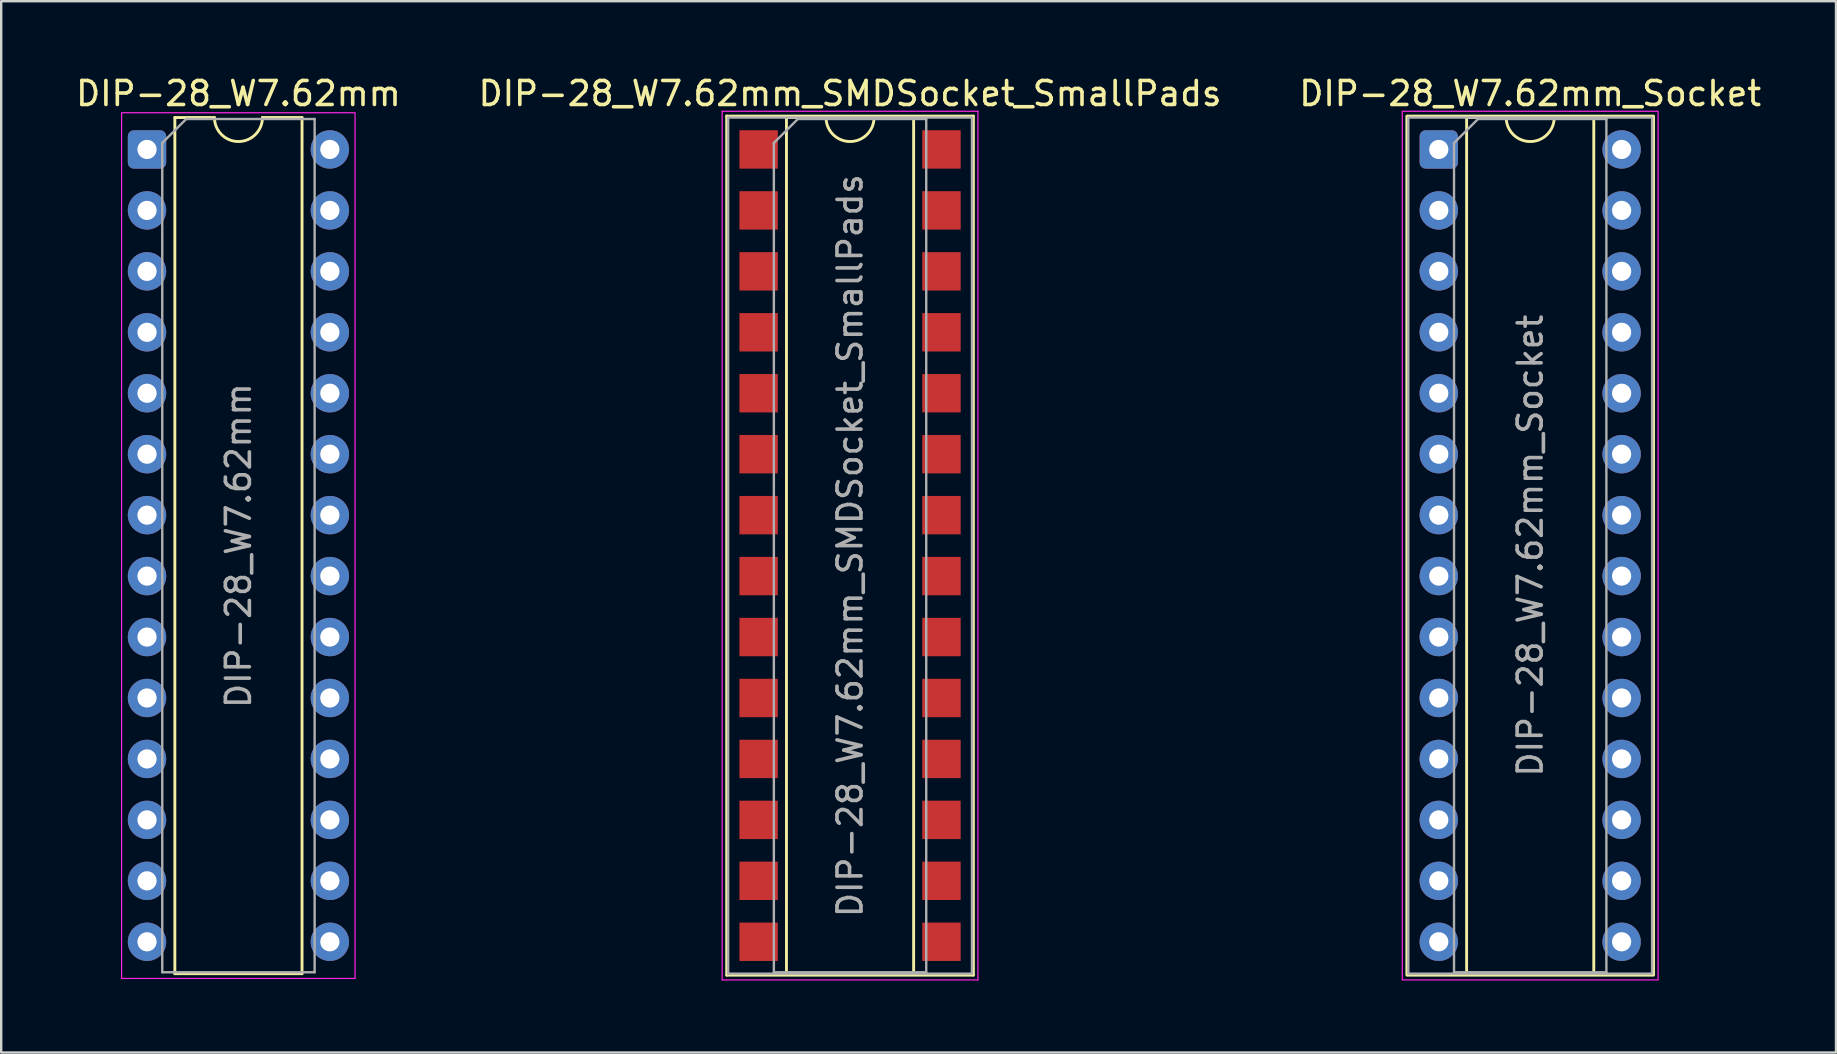
<source format=kicad_pcb>
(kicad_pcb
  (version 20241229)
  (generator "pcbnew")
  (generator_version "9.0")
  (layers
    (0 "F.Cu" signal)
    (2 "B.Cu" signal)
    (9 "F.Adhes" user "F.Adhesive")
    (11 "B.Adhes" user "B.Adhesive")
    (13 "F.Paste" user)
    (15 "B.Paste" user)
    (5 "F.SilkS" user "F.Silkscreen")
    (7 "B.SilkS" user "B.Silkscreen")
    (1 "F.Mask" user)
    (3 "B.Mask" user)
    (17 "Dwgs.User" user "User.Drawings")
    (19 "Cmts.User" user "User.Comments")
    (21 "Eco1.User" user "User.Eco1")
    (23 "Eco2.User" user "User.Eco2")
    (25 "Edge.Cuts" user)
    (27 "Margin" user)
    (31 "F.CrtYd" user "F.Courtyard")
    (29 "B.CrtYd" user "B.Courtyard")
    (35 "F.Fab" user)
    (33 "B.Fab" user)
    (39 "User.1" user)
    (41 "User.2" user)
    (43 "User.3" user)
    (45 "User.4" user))
  (footprint "DIP-28_W7.62mm"
    (layer "F.Cu")
    (at 3.077 3.178)
    (property "Reference" "DIP-28_W7.62mm" (at 3.81 -2.33 0) (layer "F.SilkS") (effects (font (size 1 1) (thickness 0.15))))
    (attr through_hole)
    (fp_line (start 1.16 -1.33) (end 1.16 34.35) (stroke (width 0.12) (type solid)) (layer "F.SilkS"))
    (fp_line (start 1.16 34.35) (end 6.46 34.35) (stroke (width 0.12) (type solid)) (layer "F.SilkS"))
    (fp_line (start 2.81 -1.33) (end 1.16 -1.33) (stroke (width 0.12) (type solid)) (layer "F.SilkS"))
    (fp_line (start 6.46 -1.33) (end 4.81 -1.33) (stroke (width 0.12) (type solid)) (layer "F.SilkS"))
    (fp_line (start 6.46 34.35) (end 6.46 -1.33) (stroke (width 0.12) (type solid)) (layer "F.SilkS"))
    (fp_arc (start 4.81 -1.33) (mid 3.81 -0.33) (end 2.81 -1.33) (stroke (width 0.12) (type solid)) (layer "F.SilkS"))
    (fp_rect (start -1.06 -1.53) (end 8.67 34.55) (stroke (width 0.05) (type solid)) (fill no) (layer "F.CrtYd"))
    (fp_line (start 0.635 -0.27) (end 1.635 -1.27) (stroke (width 0.1) (type solid)) (layer "F.Fab"))
    (fp_line (start 0.635 34.29) (end 0.635 -0.27) (stroke (width 0.1) (type solid)) (layer "F.Fab"))
    (fp_line (start 1.635 -1.27) (end 6.985 -1.27) (stroke (width 0.1) (type solid)) (layer "F.Fab"))
    (fp_line (start 6.985 -1.27) (end 6.985 34.29) (stroke (width 0.1) (type solid)) (layer "F.Fab"))
    (fp_line (start 6.985 34.29) (end 0.635 34.29) (stroke (width 0.1) (type solid)) (layer "F.Fab"))
    (fp_text user "${REFERENCE}" (at 3.81 16.51 90) (layer "F.Fab") (effects (font (size 1 1) (thickness 0.15))))
    (pad "1" thru_hole roundrect (at 0 0) (size 1.6 1.6) (drill 0.8) (layers "*.Cu" "*.Mask") (roundrect_rratio 0.156))
    (pad "2" thru_hole circle (at 0 2.54) (size 1.6 1.6) (drill 0.8) (layers "*.Cu" "*.Mask"))
    (pad "3" thru_hole circle (at 0 5.08) (size 1.6 1.6) (drill 0.8) (layers "*.Cu" "*.Mask"))
    (pad "4" thru_hole circle (at 0 7.62) (size 1.6 1.6) (drill 0.8) (layers "*.Cu" "*.Mask"))
    (pad "5" thru_hole circle (at 0 10.16) (size 1.6 1.6) (drill 0.8) (layers "*.Cu" "*.Mask"))
    (pad "6" thru_hole circle (at 0 12.7) (size 1.6 1.6) (drill 0.8) (layers "*.Cu" "*.Mask"))
    (pad "7" thru_hole circle (at 0 15.24) (size 1.6 1.6) (drill 0.8) (layers "*.Cu" "*.Mask"))
    (pad "8" thru_hole circle (at 0 17.78) (size 1.6 1.6) (drill 0.8) (layers "*.Cu" "*.Mask"))
    (pad "9" thru_hole circle (at 0 20.32) (size 1.6 1.6) (drill 0.8) (layers "*.Cu" "*.Mask"))
    (pad "10" thru_hole circle (at 0 22.86) (size 1.6 1.6) (drill 0.8) (layers "*.Cu" "*.Mask"))
    (pad "11" thru_hole circle (at 0 25.4) (size 1.6 1.6) (drill 0.8) (layers "*.Cu" "*.Mask"))
    (pad "12" thru_hole circle (at 0 27.94) (size 1.6 1.6) (drill 0.8) (layers "*.Cu" "*.Mask"))
    (pad "13" thru_hole circle (at 0 30.48) (size 1.6 1.6) (drill 0.8) (layers "*.Cu" "*.Mask"))
    (pad "14" thru_hole circle (at 0 33.02) (size 1.6 1.6) (drill 0.8) (layers "*.Cu" "*.Mask"))
    (pad "15" thru_hole circle (at 7.62 33.02) (size 1.6 1.6) (drill 0.8) (layers "*.Cu" "*.Mask"))
    (pad "16" thru_hole circle (at 7.62 30.48) (size 1.6 1.6) (drill 0.8) (layers "*.Cu" "*.Mask"))
    (pad "17" thru_hole circle (at 7.62 27.94) (size 1.6 1.6) (drill 0.8) (layers "*.Cu" "*.Mask"))
    (pad "18" thru_hole circle (at 7.62 25.4) (size 1.6 1.6) (drill 0.8) (layers "*.Cu" "*.Mask"))
    (pad "19" thru_hole circle (at 7.62 22.86) (size 1.6 1.6) (drill 0.8) (layers "*.Cu" "*.Mask"))
    (pad "20" thru_hole circle (at 7.62 20.32) (size 1.6 1.6) (drill 0.8) (layers "*.Cu" "*.Mask"))
    (pad "21" thru_hole circle (at 7.62 17.78) (size 1.6 1.6) (drill 0.8) (layers "*.Cu" "*.Mask"))
    (pad "22" thru_hole circle (at 7.62 15.24) (size 1.6 1.6) (drill 0.8) (layers "*.Cu" "*.Mask"))
    (pad "23" thru_hole circle (at 7.62 12.7) (size 1.6 1.6) (drill 0.8) (layers "*.Cu" "*.Mask"))
    (pad "24" thru_hole circle (at 7.62 10.16) (size 1.6 1.6) (drill 0.8) (layers "*.Cu" "*.Mask"))
    (pad "25" thru_hole circle (at 7.62 7.62) (size 1.6 1.6) (drill 0.8) (layers "*.Cu" "*.Mask"))
    (pad "26" thru_hole circle (at 7.62 5.08) (size 1.6 1.6) (drill 0.8) (layers "*.Cu" "*.Mask"))
    (pad "27" thru_hole circle (at 7.62 2.54) (size 1.6 1.6) (drill 0.8) (layers "*.Cu" "*.Mask"))
    (pad "28" thru_hole circle (at 7.62 0) (size 1.6 1.6) (drill 0.8) (layers "*.Cu" "*.Mask")))
  (footprint "DIP-28_W7.62mm_SMDSocket_SmallPads"
    (layer "F.Cu")
    (at 32.375 19.688)
    (property "Reference" "DIP-28_W7.62mm_SMDSocket_SmallPads" (at 0 -18.84 0) (layer "F.SilkS") (effects (font (size 1 1) (thickness 0.15))))
    (attr smd)
    (fp_line (start -5.14 -17.9) (end -5.14 17.9) (stroke (width 0.12) (type solid)) (layer "F.SilkS"))
    (fp_line (start -5.14 17.9) (end 5.14 17.9) (stroke (width 0.12) (type solid)) (layer "F.SilkS"))
    (fp_line (start -2.65 -17.84) (end -2.65 17.84) (stroke (width 0.12) (type solid)) (layer "F.SilkS"))
    (fp_line (start -2.65 17.84) (end 2.65 17.84) (stroke (width 0.12) (type solid)) (layer "F.SilkS"))
    (fp_line (start -1 -17.84) (end -2.65 -17.84) (stroke (width 0.12) (type solid)) (layer "F.SilkS"))
    (fp_line (start 2.65 -17.84) (end 1 -17.84) (stroke (width 0.12) (type solid)) (layer "F.SilkS"))
    (fp_line (start 2.65 17.84) (end 2.65 -17.84) (stroke (width 0.12) (type solid)) (layer "F.SilkS"))
    (fp_line (start 5.14 -17.9) (end -5.14 -17.9) (stroke (width 0.12) (type solid)) (layer "F.SilkS"))
    (fp_line (start 5.14 17.9) (end 5.14 -17.9) (stroke (width 0.12) (type solid)) (layer "F.SilkS"))
    (fp_arc (start 1 -17.84) (mid 0 -16.84) (end -1 -17.84) (stroke (width 0.12) (type solid)) (layer "F.SilkS"))
    (fp_line (start -5.33 -18.1) (end -5.33 18.1) (stroke (width 0.05) (type solid)) (layer "F.CrtYd"))
    (fp_line (start -5.33 18.1) (end 5.33 18.1) (stroke (width 0.05) (type solid)) (layer "F.CrtYd"))
    (fp_line (start 5.33 -18.1) (end -5.33 -18.1) (stroke (width 0.05) (type solid)) (layer "F.CrtYd"))
    (fp_line (start 5.33 18.1) (end 5.33 -18.1) (stroke (width 0.05) (type solid)) (layer "F.CrtYd"))
    (fp_line (start -5.08 -17.84) (end -5.08 17.84) (stroke (width 0.1) (type solid)) (layer "F.Fab"))
    (fp_line (start -5.08 17.84) (end 5.08 17.84) (stroke (width 0.1) (type solid)) (layer "F.Fab"))
    (fp_line (start -3.175 -16.78) (end -2.175 -17.78) (stroke (width 0.1) (type solid)) (layer "F.Fab"))
    (fp_line (start -3.175 17.78) (end -3.175 -16.78) (stroke (width 0.1) (type solid)) (layer "F.Fab"))
    (fp_line (start -2.175 -17.78) (end 3.175 -17.78) (stroke (width 0.1) (type solid)) (layer "F.Fab"))
    (fp_line (start 3.175 -17.78) (end 3.175 17.78) (stroke (width 0.1) (type solid)) (layer "F.Fab"))
    (fp_line (start 3.175 17.78) (end -3.175 17.78) (stroke (width 0.1) (type solid)) (layer "F.Fab"))
    (fp_line (start 5.08 -17.84) (end -5.08 -17.84) (stroke (width 0.1) (type solid)) (layer "F.Fab"))
    (fp_line (start 5.08 17.84) (end 5.08 -17.84) (stroke (width 0.1) (type solid)) (layer "F.Fab"))
    (fp_text user "${REFERENCE}" (at 0 0 90) (layer "F.Fab") (effects (font (size 1 1) (thickness 0.15))))
    (pad "1" smd rect (at -3.81 -16.51) (size 1.6 1.6) (layers "F.Cu" "F.Mask" "F.Paste"))
    (pad "2" smd rect (at -3.81 -13.97) (size 1.6 1.6) (layers "F.Cu" "F.Mask" "F.Paste"))
    (pad "3" smd rect (at -3.81 -11.43) (size 1.6 1.6) (layers "F.Cu" "F.Mask" "F.Paste"))
    (pad "4" smd rect (at -3.81 -8.89) (size 1.6 1.6) (layers "F.Cu" "F.Mask" "F.Paste"))
    (pad "5" smd rect (at -3.81 -6.35) (size 1.6 1.6) (layers "F.Cu" "F.Mask" "F.Paste"))
    (pad "6" smd rect (at -3.81 -3.81) (size 1.6 1.6) (layers "F.Cu" "F.Mask" "F.Paste"))
    (pad "7" smd rect (at -3.81 -1.27) (size 1.6 1.6) (layers "F.Cu" "F.Mask" "F.Paste"))
    (pad "8" smd rect (at -3.81 1.27) (size 1.6 1.6) (layers "F.Cu" "F.Mask" "F.Paste"))
    (pad "9" smd rect (at -3.81 3.81) (size 1.6 1.6) (layers "F.Cu" "F.Mask" "F.Paste"))
    (pad "10" smd rect (at -3.81 6.35) (size 1.6 1.6) (layers "F.Cu" "F.Mask" "F.Paste"))
    (pad "11" smd rect (at -3.81 8.89) (size 1.6 1.6) (layers "F.Cu" "F.Mask" "F.Paste"))
    (pad "12" smd rect (at -3.81 11.43) (size 1.6 1.6) (layers "F.Cu" "F.Mask" "F.Paste"))
    (pad "13" smd rect (at -3.81 13.97) (size 1.6 1.6) (layers "F.Cu" "F.Mask" "F.Paste"))
    (pad "14" smd rect (at -3.81 16.51) (size 1.6 1.6) (layers "F.Cu" "F.Mask" "F.Paste"))
    (pad "15" smd rect (at 3.81 16.51) (size 1.6 1.6) (layers "F.Cu" "F.Mask" "F.Paste"))
    (pad "16" smd rect (at 3.81 13.97) (size 1.6 1.6) (layers "F.Cu" "F.Mask" "F.Paste"))
    (pad "17" smd rect (at 3.81 11.43) (size 1.6 1.6) (layers "F.Cu" "F.Mask" "F.Paste"))
    (pad "18" smd rect (at 3.81 8.89) (size 1.6 1.6) (layers "F.Cu" "F.Mask" "F.Paste"))
    (pad "19" smd rect (at 3.81 6.35) (size 1.6 1.6) (layers "F.Cu" "F.Mask" "F.Paste"))
    (pad "20" smd rect (at 3.81 3.81) (size 1.6 1.6) (layers "F.Cu" "F.Mask" "F.Paste"))
    (pad "21" smd rect (at 3.81 1.27) (size 1.6 1.6) (layers "F.Cu" "F.Mask" "F.Paste"))
    (pad "22" smd rect (at 3.81 -1.27) (size 1.6 1.6) (layers "F.Cu" "F.Mask" "F.Paste"))
    (pad "23" smd rect (at 3.81 -3.81) (size 1.6 1.6) (layers "F.Cu" "F.Mask" "F.Paste"))
    (pad "24" smd rect (at 3.81 -6.35) (size 1.6 1.6) (layers "F.Cu" "F.Mask" "F.Paste"))
    (pad "25" smd rect (at 3.81 -8.89) (size 1.6 1.6) (layers "F.Cu" "F.Mask" "F.Paste"))
    (pad "26" smd rect (at 3.81 -11.43) (size 1.6 1.6) (layers "F.Cu" "F.Mask" "F.Paste"))
    (pad "27" smd rect (at 3.81 -13.97) (size 1.6 1.6) (layers "F.Cu" "F.Mask" "F.Paste"))
    (pad "28" smd rect (at 3.81 -16.51) (size 1.6 1.6) (layers "F.Cu" "F.Mask" "F.Paste")))
  (footprint "DIP-28_W7.62mm_Socket"
    (layer "F.Cu")
    (at 56.91 3.178)
    (property "Reference" "DIP-28_W7.62mm_Socket" (at 3.81 -2.33 0) (layer "F.SilkS") (effects (font (size 1 1) (thickness 0.15))))
    (attr through_hole)
    (fp_line (start 1.16 -1.33) (end 1.16 34.35) (stroke (width 0.12) (type solid)) (layer "F.SilkS"))
    (fp_line (start 1.16 34.35) (end 6.46 34.35) (stroke (width 0.12) (type solid)) (layer "F.SilkS"))
    (fp_line (start 2.81 -1.33) (end 1.16 -1.33) (stroke (width 0.12) (type solid)) (layer "F.SilkS"))
    (fp_line (start 6.46 -1.33) (end 4.81 -1.33) (stroke (width 0.12) (type solid)) (layer "F.SilkS"))
    (fp_line (start 6.46 34.35) (end 6.46 -1.33) (stroke (width 0.12) (type solid)) (layer "F.SilkS"))
    (fp_rect (start -1.33 -1.39) (end 8.95 34.41) (stroke (width 0.12) (type solid)) (fill no) (layer "F.SilkS"))
    (fp_arc (start 4.81 -1.33) (mid 3.81 -0.33) (end 2.81 -1.33) (stroke (width 0.12) (type solid)) (layer "F.SilkS"))
    (fp_rect (start -1.52 -1.59) (end 9.14 34.61) (stroke (width 0.05) (type solid)) (fill no) (layer "F.CrtYd"))
    (fp_line (start 0.635 -0.27) (end 1.635 -1.27) (stroke (width 0.1) (type solid)) (layer "F.Fab"))
    (fp_line (start 0.635 34.29) (end 0.635 -0.27) (stroke (width 0.1) (type solid)) (layer "F.Fab"))
    (fp_line (start 1.635 -1.27) (end 6.985 -1.27) (stroke (width 0.1) (type solid)) (layer "F.Fab"))
    (fp_line (start 6.985 -1.27) (end 6.985 34.29) (stroke (width 0.1) (type solid)) (layer "F.Fab"))
    (fp_line (start 6.985 34.29) (end 0.635 34.29) (stroke (width 0.1) (type solid)) (layer "F.Fab"))
    (fp_rect (start -1.27 -1.33) (end 8.89 34.35) (stroke (width 0.1) (type solid)) (fill no) (layer "F.Fab"))
    (fp_text user "${REFERENCE}" (at 3.81 16.51 90) (layer "F.Fab") (effects (font (size 1 1) (thickness 0.15))))
    (pad "1" thru_hole roundrect (at 0 0) (size 1.6 1.6) (drill 0.8) (layers "*.Cu" "*.Mask") (roundrect_rratio 0.156))
    (pad "2" thru_hole circle (at 0 2.54) (size 1.6 1.6) (drill 0.8) (layers "*.Cu" "*.Mask"))
    (pad "3" thru_hole circle (at 0 5.08) (size 1.6 1.6) (drill 0.8) (layers "*.Cu" "*.Mask"))
    (pad "4" thru_hole circle (at 0 7.62) (size 1.6 1.6) (drill 0.8) (layers "*.Cu" "*.Mask"))
    (pad "5" thru_hole circle (at 0 10.16) (size 1.6 1.6) (drill 0.8) (layers "*.Cu" "*.Mask"))
    (pad "6" thru_hole circle (at 0 12.7) (size 1.6 1.6) (drill 0.8) (layers "*.Cu" "*.Mask"))
    (pad "7" thru_hole circle (at 0 15.24) (size 1.6 1.6) (drill 0.8) (layers "*.Cu" "*.Mask"))
    (pad "8" thru_hole circle (at 0 17.78) (size 1.6 1.6) (drill 0.8) (layers "*.Cu" "*.Mask"))
    (pad "9" thru_hole circle (at 0 20.32) (size 1.6 1.6) (drill 0.8) (layers "*.Cu" "*.Mask"))
    (pad "10" thru_hole circle (at 0 22.86) (size 1.6 1.6) (drill 0.8) (layers "*.Cu" "*.Mask"))
    (pad "11" thru_hole circle (at 0 25.4) (size 1.6 1.6) (drill 0.8) (layers "*.Cu" "*.Mask"))
    (pad "12" thru_hole circle (at 0 27.94) (size 1.6 1.6) (drill 0.8) (layers "*.Cu" "*.Mask"))
    (pad "13" thru_hole circle (at 0 30.48) (size 1.6 1.6) (drill 0.8) (layers "*.Cu" "*.Mask"))
    (pad "14" thru_hole circle (at 0 33.02) (size 1.6 1.6) (drill 0.8) (layers "*.Cu" "*.Mask"))
    (pad "15" thru_hole circle (at 7.62 33.02) (size 1.6 1.6) (drill 0.8) (layers "*.Cu" "*.Mask"))
    (pad "16" thru_hole circle (at 7.62 30.48) (size 1.6 1.6) (drill 0.8) (layers "*.Cu" "*.Mask"))
    (pad "17" thru_hole circle (at 7.62 27.94) (size 1.6 1.6) (drill 0.8) (layers "*.Cu" "*.Mask"))
    (pad "18" thru_hole circle (at 7.62 25.4) (size 1.6 1.6) (drill 0.8) (layers "*.Cu" "*.Mask"))
    (pad "19" thru_hole circle (at 7.62 22.86) (size 1.6 1.6) (drill 0.8) (layers "*.Cu" "*.Mask"))
    (pad "20" thru_hole circle (at 7.62 20.32) (size 1.6 1.6) (drill 0.8) (layers "*.Cu" "*.Mask"))
    (pad "21" thru_hole circle (at 7.62 17.78) (size 1.6 1.6) (drill 0.8) (layers "*.Cu" "*.Mask"))
    (pad "22" thru_hole circle (at 7.62 15.24) (size 1.6 1.6) (drill 0.8) (layers "*.Cu" "*.Mask"))
    (pad "23" thru_hole circle (at 7.62 12.7) (size 1.6 1.6) (drill 0.8) (layers "*.Cu" "*.Mask"))
    (pad "24" thru_hole circle (at 7.62 10.16) (size 1.6 1.6) (drill 0.8) (layers "*.Cu" "*.Mask"))
    (pad "25" thru_hole circle (at 7.62 7.62) (size 1.6 1.6) (drill 0.8) (layers "*.Cu" "*.Mask"))
    (pad "26" thru_hole circle (at 7.62 5.08) (size 1.6 1.6) (drill 0.8) (layers "*.Cu" "*.Mask"))
    (pad "27" thru_hole circle (at 7.62 2.54) (size 1.6 1.6) (drill 0.8) (layers "*.Cu" "*.Mask"))
    (pad "28" thru_hole circle (at 7.62 0) (size 1.6 1.6) (drill 0.8) (layers "*.Cu" "*.Mask")))
  (gr_rect
    (start -3 -3)
    (end 73.464 40.813)
    (stroke (width 0.1) (type default))
    (fill no)
    (layer "Edge.Cuts")))
</source>
